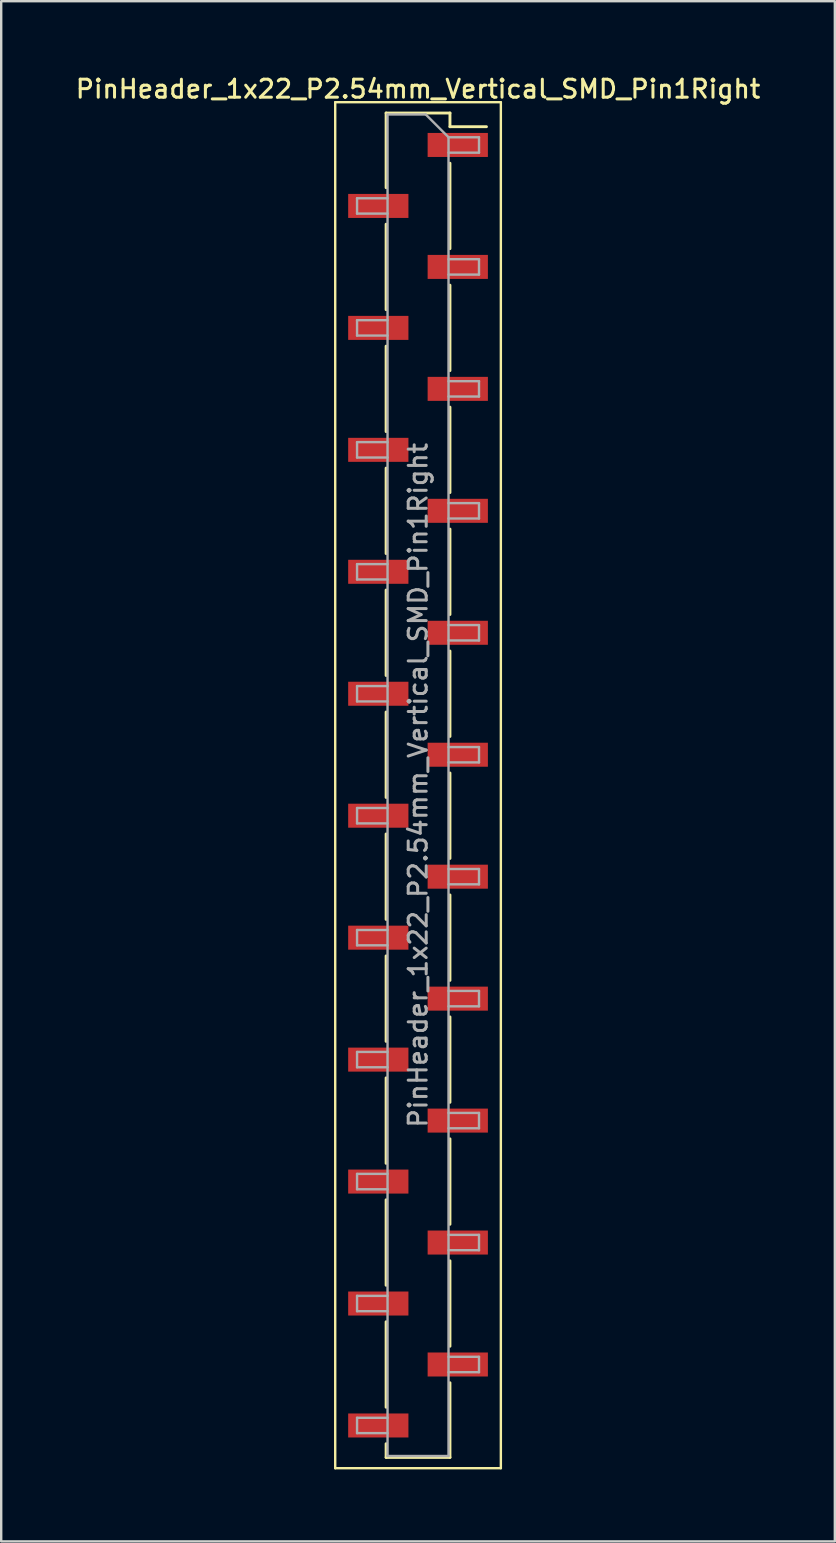
<source format=kicad_pcb>
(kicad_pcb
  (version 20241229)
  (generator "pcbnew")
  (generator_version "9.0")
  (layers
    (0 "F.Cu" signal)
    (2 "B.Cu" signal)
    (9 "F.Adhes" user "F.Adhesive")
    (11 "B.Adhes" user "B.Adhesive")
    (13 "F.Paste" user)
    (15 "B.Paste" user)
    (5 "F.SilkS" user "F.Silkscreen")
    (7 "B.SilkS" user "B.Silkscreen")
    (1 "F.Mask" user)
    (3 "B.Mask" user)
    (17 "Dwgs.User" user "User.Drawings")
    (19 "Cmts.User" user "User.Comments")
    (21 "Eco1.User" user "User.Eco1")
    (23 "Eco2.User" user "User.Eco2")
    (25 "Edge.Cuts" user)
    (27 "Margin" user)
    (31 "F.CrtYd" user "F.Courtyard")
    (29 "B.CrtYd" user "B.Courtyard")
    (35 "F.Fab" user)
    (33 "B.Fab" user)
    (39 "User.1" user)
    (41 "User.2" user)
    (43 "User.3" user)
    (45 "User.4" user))
  (footprint "PinHeader_1x22_P2.54mm_Vertical_SMD_Pin1Right"
    (layer "F.Cu")
    (at 14.363 29.658)
    (property "Reference" "PinHeader_1x22_P2.54mm_Vertical_SMD_Pin1Right" (at 0 -29 0) (layer "F.SilkS") (effects (font (size 0.75 0.75) (thickness 0.125))))
    (attr smd)
    (fp_line (start -3.45 -28.45) (end -3.45 28.45) (stroke (width 0.1) (type solid)) (layer "F.SilkS"))
    (fp_line (start -3.45 28.45) (end 3.45 28.45) (stroke (width 0.1) (type solid)) (layer "F.SilkS"))
    (fp_line (start -1.33 -28) (end -1.33 -24.89) (stroke (width 0.12) (type solid)) (layer "F.SilkS"))
    (fp_line (start -1.33 -28) (end 1.33 -28) (stroke (width 0.12) (type solid)) (layer "F.SilkS"))
    (fp_line (start -1.33 -23.37) (end -1.33 -19.81) (stroke (width 0.12) (type solid)) (layer "F.SilkS"))
    (fp_line (start -1.33 -18.29) (end -1.33 -14.73) (stroke (width 0.12) (type solid)) (layer "F.SilkS"))
    (fp_line (start -1.33 -13.21) (end -1.33 -9.65) (stroke (width 0.12) (type solid)) (layer "F.SilkS"))
    (fp_line (start -1.33 -8.13) (end -1.33 -4.57) (stroke (width 0.12) (type solid)) (layer "F.SilkS"))
    (fp_line (start -1.33 -3.05) (end -1.33 0.51) (stroke (width 0.12) (type solid)) (layer "F.SilkS"))
    (fp_line (start -1.33 2.03) (end -1.33 5.59) (stroke (width 0.12) (type solid)) (layer "F.SilkS"))
    (fp_line (start -1.33 7.11) (end -1.33 10.67) (stroke (width 0.12) (type solid)) (layer "F.SilkS"))
    (fp_line (start -1.33 12.19) (end -1.33 15.75) (stroke (width 0.12) (type solid)) (layer "F.SilkS"))
    (fp_line (start -1.33 17.27) (end -1.33 20.83) (stroke (width 0.12) (type solid)) (layer "F.SilkS"))
    (fp_line (start -1.33 22.35) (end -1.33 25.91) (stroke (width 0.12) (type solid)) (layer "F.SilkS"))
    (fp_line (start -1.33 27.43) (end -1.33 28) (stroke (width 0.12) (type solid)) (layer "F.SilkS"))
    (fp_line (start -1.33 28) (end 1.33 28) (stroke (width 0.12) (type solid)) (layer "F.SilkS"))
    (fp_line (start 1.33 -28) (end 1.33 -27.43) (stroke (width 0.12) (type solid)) (layer "F.SilkS"))
    (fp_line (start 1.33 -27.43) (end 2.85 -27.43) (stroke (width 0.12) (type solid)) (layer "F.SilkS"))
    (fp_line (start 1.33 -25.91) (end 1.33 -22.35) (stroke (width 0.12) (type solid)) (layer "F.SilkS"))
    (fp_line (start 1.33 -20.83) (end 1.33 -17.27) (stroke (width 0.12) (type solid)) (layer "F.SilkS"))
    (fp_line (start 1.33 -15.75) (end 1.33 -12.19) (stroke (width 0.12) (type solid)) (layer "F.SilkS"))
    (fp_line (start 1.33 -10.67) (end 1.33 -7.11) (stroke (width 0.12) (type solid)) (layer "F.SilkS"))
    (fp_line (start 1.33 -5.59) (end 1.33 -2.03) (stroke (width 0.12) (type solid)) (layer "F.SilkS"))
    (fp_line (start 1.33 -0.51) (end 1.33 3.05) (stroke (width 0.12) (type solid)) (layer "F.SilkS"))
    (fp_line (start 1.33 4.57) (end 1.33 8.13) (stroke (width 0.12) (type solid)) (layer "F.SilkS"))
    (fp_line (start 1.33 9.65) (end 1.33 13.21) (stroke (width 0.12) (type solid)) (layer "F.SilkS"))
    (fp_line (start 1.33 14.73) (end 1.33 18.29) (stroke (width 0.12) (type solid)) (layer "F.SilkS"))
    (fp_line (start 1.33 19.81) (end 1.33 23.37) (stroke (width 0.12) (type solid)) (layer "F.SilkS"))
    (fp_line (start 1.33 24.89) (end 1.33 28) (stroke (width 0.12) (type solid)) (layer "F.SilkS"))
    (fp_line (start 3.45 -28.45) (end -3.45 -28.45) (stroke (width 0.1) (type solid)) (layer "F.SilkS"))
    (fp_line (start 3.45 28.45) (end 3.45 -28.45) (stroke (width 0.1) (type solid)) (layer "F.SilkS"))
    (fp_line (start -2.54 -24.45) (end -2.54 -23.81) (stroke (width 0.1) (type solid)) (layer "F.Fab"))
    (fp_line (start -2.54 -23.81) (end -1.27 -23.81) (stroke (width 0.1) (type solid)) (layer "F.Fab"))
    (fp_line (start -2.54 -19.37) (end -2.54 -18.73) (stroke (width 0.1) (type solid)) (layer "F.Fab"))
    (fp_line (start -2.54 -18.73) (end -1.27 -18.73) (stroke (width 0.1) (type solid)) (layer "F.Fab"))
    (fp_line (start -2.54 -14.29) (end -2.54 -13.65) (stroke (width 0.1) (type solid)) (layer "F.Fab"))
    (fp_line (start -2.54 -13.65) (end -1.27 -13.65) (stroke (width 0.1) (type solid)) (layer "F.Fab"))
    (fp_line (start -2.54 -9.21) (end -2.54 -8.57) (stroke (width 0.1) (type solid)) (layer "F.Fab"))
    (fp_line (start -2.54 -8.57) (end -1.27 -8.57) (stroke (width 0.1) (type solid)) (layer "F.Fab"))
    (fp_line (start -2.54 -4.13) (end -2.54 -3.49) (stroke (width 0.1) (type solid)) (layer "F.Fab"))
    (fp_line (start -2.54 -3.49) (end -1.27 -3.49) (stroke (width 0.1) (type solid)) (layer "F.Fab"))
    (fp_line (start -2.54 0.95) (end -2.54 1.59) (stroke (width 0.1) (type solid)) (layer "F.Fab"))
    (fp_line (start -2.54 1.59) (end -1.27 1.59) (stroke (width 0.1) (type solid)) (layer "F.Fab"))
    (fp_line (start -2.54 6.03) (end -2.54 6.67) (stroke (width 0.1) (type solid)) (layer "F.Fab"))
    (fp_line (start -2.54 6.67) (end -1.27 6.67) (stroke (width 0.1) (type solid)) (layer "F.Fab"))
    (fp_line (start -2.54 11.11) (end -2.54 11.75) (stroke (width 0.1) (type solid)) (layer "F.Fab"))
    (fp_line (start -2.54 11.75) (end -1.27 11.75) (stroke (width 0.1) (type solid)) (layer "F.Fab"))
    (fp_line (start -2.54 16.19) (end -2.54 16.83) (stroke (width 0.1) (type solid)) (layer "F.Fab"))
    (fp_line (start -2.54 16.83) (end -1.27 16.83) (stroke (width 0.1) (type solid)) (layer "F.Fab"))
    (fp_line (start -2.54 21.27) (end -2.54 21.91) (stroke (width 0.1) (type solid)) (layer "F.Fab"))
    (fp_line (start -2.54 21.91) (end -1.27 21.91) (stroke (width 0.1) (type solid)) (layer "F.Fab"))
    (fp_line (start -2.54 26.35) (end -2.54 26.99) (stroke (width 0.1) (type solid)) (layer "F.Fab"))
    (fp_line (start -2.54 26.99) (end -1.27 26.99) (stroke (width 0.1) (type solid)) (layer "F.Fab"))
    (fp_line (start -1.27 -27.94) (end -1.27 27.94) (stroke (width 0.1) (type solid)) (layer "F.Fab"))
    (fp_line (start -1.27 -27.94) (end 0.32 -27.94) (stroke (width 0.1) (type solid)) (layer "F.Fab"))
    (fp_line (start -1.27 -24.45) (end -2.54 -24.45) (stroke (width 0.1) (type solid)) (layer "F.Fab"))
    (fp_line (start -1.27 -19.37) (end -2.54 -19.37) (stroke (width 0.1) (type solid)) (layer "F.Fab"))
    (fp_line (start -1.27 -14.29) (end -2.54 -14.29) (stroke (width 0.1) (type solid)) (layer "F.Fab"))
    (fp_line (start -1.27 -9.21) (end -2.54 -9.21) (stroke (width 0.1) (type solid)) (layer "F.Fab"))
    (fp_line (start -1.27 -4.13) (end -2.54 -4.13) (stroke (width 0.1) (type solid)) (layer "F.Fab"))
    (fp_line (start -1.27 0.95) (end -2.54 0.95) (stroke (width 0.1) (type solid)) (layer "F.Fab"))
    (fp_line (start -1.27 6.03) (end -2.54 6.03) (stroke (width 0.1) (type solid)) (layer "F.Fab"))
    (fp_line (start -1.27 11.11) (end -2.54 11.11) (stroke (width 0.1) (type solid)) (layer "F.Fab"))
    (fp_line (start -1.27 16.19) (end -2.54 16.19) (stroke (width 0.1) (type solid)) (layer "F.Fab"))
    (fp_line (start -1.27 21.27) (end -2.54 21.27) (stroke (width 0.1) (type solid)) (layer "F.Fab"))
    (fp_line (start -1.27 26.35) (end -2.54 26.35) (stroke (width 0.1) (type solid)) (layer "F.Fab"))
    (fp_line (start 1.27 -26.99) (end 0.32 -27.94) (stroke (width 0.1) (type solid)) (layer "F.Fab"))
    (fp_line (start 1.27 -26.99) (end 2.54 -26.99) (stroke (width 0.1) (type solid)) (layer "F.Fab"))
    (fp_line (start 1.27 -21.91) (end 2.54 -21.91) (stroke (width 0.1) (type solid)) (layer "F.Fab"))
    (fp_line (start 1.27 -16.83) (end 2.54 -16.83) (stroke (width 0.1) (type solid)) (layer "F.Fab"))
    (fp_line (start 1.27 -11.75) (end 2.54 -11.75) (stroke (width 0.1) (type solid)) (layer "F.Fab"))
    (fp_line (start 1.27 -6.67) (end 2.54 -6.67) (stroke (width 0.1) (type solid)) (layer "F.Fab"))
    (fp_line (start 1.27 -1.59) (end 2.54 -1.59) (stroke (width 0.1) (type solid)) (layer "F.Fab"))
    (fp_line (start 1.27 3.49) (end 2.54 3.49) (stroke (width 0.1) (type solid)) (layer "F.Fab"))
    (fp_line (start 1.27 8.57) (end 2.54 8.57) (stroke (width 0.1) (type solid)) (layer "F.Fab"))
    (fp_line (start 1.27 13.65) (end 2.54 13.65) (stroke (width 0.1) (type solid)) (layer "F.Fab"))
    (fp_line (start 1.27 18.73) (end 2.54 18.73) (stroke (width 0.1) (type solid)) (layer "F.Fab"))
    (fp_line (start 1.27 23.81) (end 2.54 23.81) (stroke (width 0.1) (type solid)) (layer "F.Fab"))
    (fp_line (start 1.27 27.94) (end -1.27 27.94) (stroke (width 0.1) (type solid)) (layer "F.Fab"))
    (fp_line (start 1.27 27.94) (end 1.27 -26.99) (stroke (width 0.1) (type solid)) (layer "F.Fab"))
    (fp_line (start 2.54 -26.99) (end 2.54 -26.35) (stroke (width 0.1) (type solid)) (layer "F.Fab"))
    (fp_line (start 2.54 -26.35) (end 1.27 -26.35) (stroke (width 0.1) (type solid)) (layer "F.Fab"))
    (fp_line (start 2.54 -21.91) (end 2.54 -21.27) (stroke (width 0.1) (type solid)) (layer "F.Fab"))
    (fp_line (start 2.54 -21.27) (end 1.27 -21.27) (stroke (width 0.1) (type solid)) (layer "F.Fab"))
    (fp_line (start 2.54 -16.83) (end 2.54 -16.19) (stroke (width 0.1) (type solid)) (layer "F.Fab"))
    (fp_line (start 2.54 -16.19) (end 1.27 -16.19) (stroke (width 0.1) (type solid)) (layer "F.Fab"))
    (fp_line (start 2.54 -11.75) (end 2.54 -11.11) (stroke (width 0.1) (type solid)) (layer "F.Fab"))
    (fp_line (start 2.54 -11.11) (end 1.27 -11.11) (stroke (width 0.1) (type solid)) (layer "F.Fab"))
    (fp_line (start 2.54 -6.67) (end 2.54 -6.03) (stroke (width 0.1) (type solid)) (layer "F.Fab"))
    (fp_line (start 2.54 -6.03) (end 1.27 -6.03) (stroke (width 0.1) (type solid)) (layer "F.Fab"))
    (fp_line (start 2.54 -1.59) (end 2.54 -0.95) (stroke (width 0.1) (type solid)) (layer "F.Fab"))
    (fp_line (start 2.54 -0.95) (end 1.27 -0.95) (stroke (width 0.1) (type solid)) (layer "F.Fab"))
    (fp_line (start 2.54 3.49) (end 2.54 4.13) (stroke (width 0.1) (type solid)) (layer "F.Fab"))
    (fp_line (start 2.54 4.13) (end 1.27 4.13) (stroke (width 0.1) (type solid)) (layer "F.Fab"))
    (fp_line (start 2.54 8.57) (end 2.54 9.21) (stroke (width 0.1) (type solid)) (layer "F.Fab"))
    (fp_line (start 2.54 9.21) (end 1.27 9.21) (stroke (width 0.1) (type solid)) (layer "F.Fab"))
    (fp_line (start 2.54 13.65) (end 2.54 14.29) (stroke (width 0.1) (type solid)) (layer "F.Fab"))
    (fp_line (start 2.54 14.29) (end 1.27 14.29) (stroke (width 0.1) (type solid)) (layer "F.Fab"))
    (fp_line (start 2.54 18.73) (end 2.54 19.37) (stroke (width 0.1) (type solid)) (layer "F.Fab"))
    (fp_line (start 2.54 19.37) (end 1.27 19.37) (stroke (width 0.1) (type solid)) (layer "F.Fab"))
    (fp_line (start 2.54 23.81) (end 2.54 24.45) (stroke (width 0.1) (type solid)) (layer "F.Fab"))
    (fp_line (start 2.54 24.45) (end 1.27 24.45) (stroke (width 0.1) (type solid)) (layer "F.Fab"))
    (fp_text user "${REFERENCE}" (at 0 0 90) (layer "F.Fab") (effects (font (size 0.75 0.75) (thickness 0.125))))
    (pad "1" smd rect (at 1.655 -26.67) (size 2.51 1) (layers "F.Cu" "F.Mask" "F.Paste"))
    (pad "2" smd rect (at -1.655 -24.13) (size 2.51 1) (layers "F.Cu" "F.Mask" "F.Paste"))
    (pad "3" smd rect (at 1.655 -21.59) (size 2.51 1) (layers "F.Cu" "F.Mask" "F.Paste"))
    (pad "4" smd rect (at -1.655 -19.05) (size 2.51 1) (layers "F.Cu" "F.Mask" "F.Paste"))
    (pad "5" smd rect (at 1.655 -16.51) (size 2.51 1) (layers "F.Cu" "F.Mask" "F.Paste"))
    (pad "6" smd rect (at -1.655 -13.97) (size 2.51 1) (layers "F.Cu" "F.Mask" "F.Paste"))
    (pad "7" smd rect (at 1.655 -11.43) (size 2.51 1) (layers "F.Cu" "F.Mask" "F.Paste"))
    (pad "8" smd rect (at -1.655 -8.89) (size 2.51 1) (layers "F.Cu" "F.Mask" "F.Paste"))
    (pad "9" smd rect (at 1.655 -6.35) (size 2.51 1) (layers "F.Cu" "F.Mask" "F.Paste"))
    (pad "10" smd rect (at -1.655 -3.81) (size 2.51 1) (layers "F.Cu" "F.Mask" "F.Paste"))
    (pad "11" smd rect (at 1.655 -1.27) (size 2.51 1) (layers "F.Cu" "F.Mask" "F.Paste"))
    (pad "12" smd rect (at -1.655 1.27) (size 2.51 1) (layers "F.Cu" "F.Mask" "F.Paste"))
    (pad "13" smd rect (at 1.655 3.81) (size 2.51 1) (layers "F.Cu" "F.Mask" "F.Paste"))
    (pad "14" smd rect (at -1.655 6.35) (size 2.51 1) (layers "F.Cu" "F.Mask" "F.Paste"))
    (pad "15" smd rect (at 1.655 8.89) (size 2.51 1) (layers "F.Cu" "F.Mask" "F.Paste"))
    (pad "16" smd rect (at -1.655 11.43) (size 2.51 1) (layers "F.Cu" "F.Mask" "F.Paste"))
    (pad "17" smd rect (at 1.655 13.97) (size 2.51 1) (layers "F.Cu" "F.Mask" "F.Paste"))
    (pad "18" smd rect (at -1.655 16.51) (size 2.51 1) (layers "F.Cu" "F.Mask" "F.Paste"))
    (pad "19" smd rect (at 1.655 19.05) (size 2.51 1) (layers "F.Cu" "F.Mask" "F.Paste"))
    (pad "20" smd rect (at -1.655 21.59) (size 2.51 1) (layers "F.Cu" "F.Mask" "F.Paste"))
    (pad "21" smd rect (at 1.655 24.13) (size 2.51 1) (layers "F.Cu" "F.Mask" "F.Paste"))
    (pad "22" smd rect (at -1.655 26.67) (size 2.51 1) (layers "F.Cu" "F.Mask" "F.Paste")))
  (gr_rect
    (start -3 -3)
    (end 31.725 61.158)
    (stroke (width 0.1) (type default))
    (fill no)
    (layer "Edge.Cuts")))
</source>
